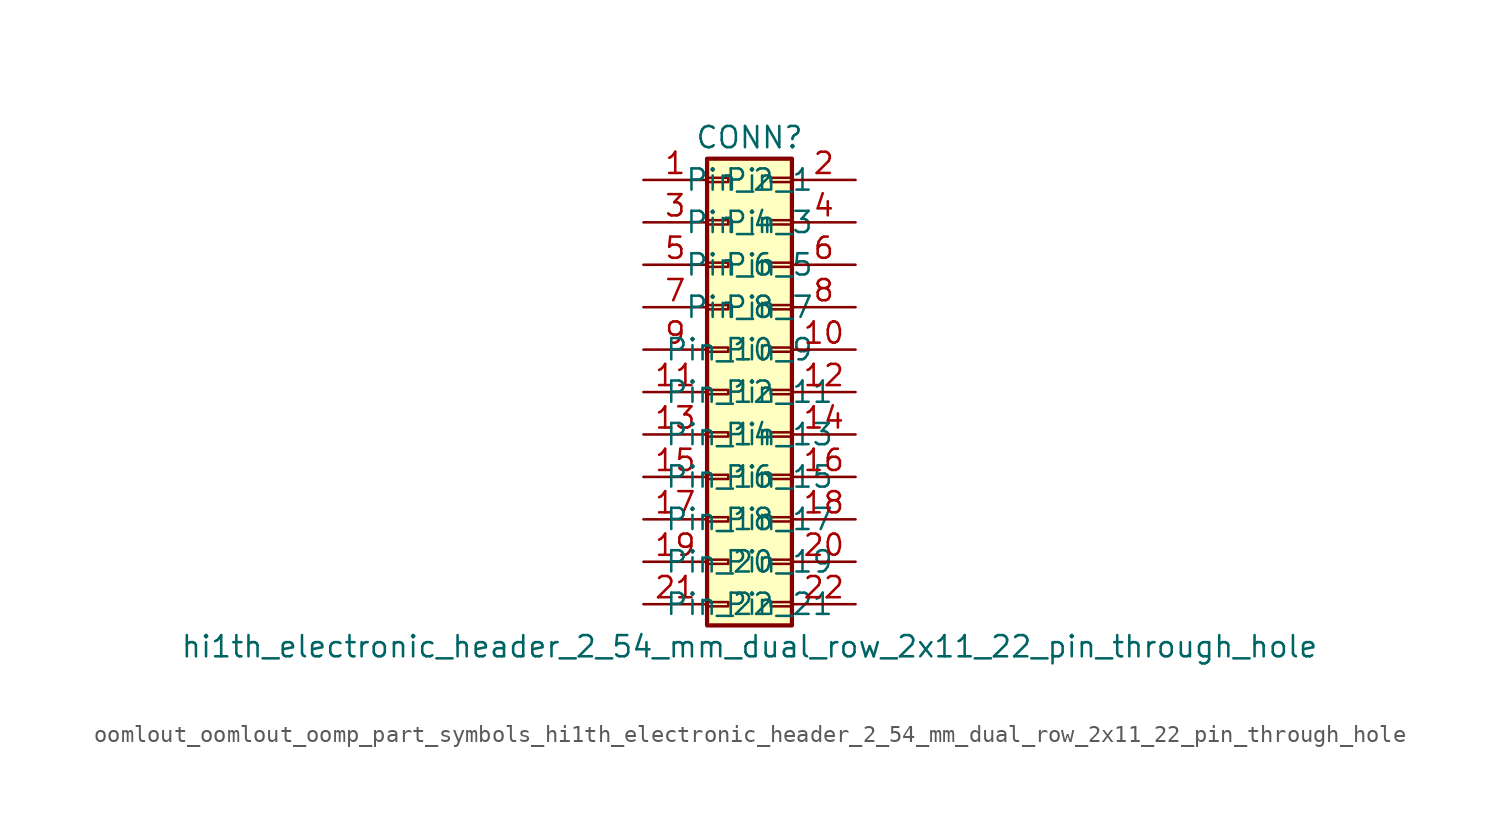
<source format=kicad_sym>
(kicad_symbol_lib
  (version 20220914)
  (generator kicad_symbol_editor)
  (symbol "oomlout_oomlout_oomp_part_symbols_hi1th_electronic_header_2_54_mm_dual_row_2x11_22_pin_through_hole"
    (pin_names
      (offset 1.016))
    (property "Reference" "CONN"
      (at 1.27 15.24 0)
      (effects (font (size 1.27 1.27))))
    (property "Value" "hi1th_electronic_header_2_54_mm_dual_row_2x11_22_pin_through_hole"
      (at 1.27 -15.24 0)
      (effects (font (size 1.27 1.27))))
    (symbol "oomlout_oomlout_oomp_part_symbols_hi1th_electronic_header_2_54_mm_dual_row_2x11_22_pin_through_hole_1_1"
      (rectangle (start -1.27 -12.573) (end 0 -12.827) (stroke (width 0.152) (type default)) (fill (type none)))
      (rectangle (start -1.27 -10.033) (end 0 -10.287) (stroke (width 0.152) (type default)) (fill (type none)))
      (rectangle (start -1.27 -7.493) (end 0 -7.747) (stroke (width 0.152) (type default)) (fill (type none)))
      (rectangle (start -1.27 -4.953) (end 0 -5.207) (stroke (width 0.152) (type default)) (fill (type none)))
      (rectangle (start -1.27 -2.413) (end 0 -2.667) (stroke (width 0.152) (type default)) (fill (type none)))
      (rectangle (start -1.27 0.127) (end 0 -0.127) (stroke (width 0.152) (type default)) (fill (type none)))
      (rectangle (start -1.27 2.667) (end 0 2.413) (stroke (width 0.152) (type default)) (fill (type none)))
      (rectangle (start -1.27 5.207) (end 0 4.953) (stroke (width 0.152) (type default)) (fill (type none)))
      (rectangle (start -1.27 7.747) (end 0 7.493) (stroke (width 0.152) (type default)) (fill (type none)))
      (rectangle (start -1.27 10.287) (end 0 10.033) (stroke (width 0.152) (type default)) (fill (type none)))
      (rectangle (start -1.27 12.827) (end 0 12.573) (stroke (width 0.152) (type default)) (fill (type none)))
      (rectangle (start -1.27 13.97) (end 3.81 -13.97) (stroke (width 0.254) (type default)) (fill (type background)))
      (rectangle (start 3.81 -12.573) (end 2.54 -12.827) (stroke (width 0.152) (type default)) (fill (type none)))
      (rectangle (start 3.81 -10.033) (end 2.54 -10.287) (stroke (width 0.152) (type default)) (fill (type none)))
      (rectangle (start 3.81 -7.493) (end 2.54 -7.747) (stroke (width 0.152) (type default)) (fill (type none)))
      (rectangle (start 3.81 -4.953) (end 2.54 -5.207) (stroke (width 0.152) (type default)) (fill (type none)))
      (rectangle (start 3.81 -2.413) (end 2.54 -2.667) (stroke (width 0.152) (type default)) (fill (type none)))
      (rectangle (start 3.81 0.127) (end 2.54 -0.127) (stroke (width 0.152) (type default)) (fill (type none)))
      (rectangle (start 3.81 2.667) (end 2.54 2.413) (stroke (width 0.152) (type default)) (fill (type none)))
      (rectangle (start 3.81 5.207) (end 2.54 4.953) (stroke (width 0.152) (type default)) (fill (type none)))
      (rectangle (start 3.81 7.747) (end 2.54 7.493) (stroke (width 0.152) (type default)) (fill (type none)))
      (rectangle (start 3.81 10.287) (end 2.54 10.033) (stroke (width 0.152) (type default)) (fill (type none)))
      (rectangle (start 3.81 12.827) (end 2.54 12.573) (stroke (width 0.152) (type default)) (fill (type none)))
      (pin passive line (at -5.08 12.7 0) (length 3.81) (name "Pin_1" (effects (font (size 1.27 1.27)))) (number "1" (effects (font (size 1.27 1.27)))))
      (pin passive line (at 7.62 2.54 180) (length 3.81) (name "Pin_10" (effects (font (size 1.27 1.27)))) (number "10" (effects (font (size 1.27 1.27)))))
      (pin passive line (at -5.08 0 0) (length 3.81) (name "Pin_11" (effects (font (size 1.27 1.27)))) (number "11" (effects (font (size 1.27 1.27)))))
      (pin passive line (at 7.62 0 180) (length 3.81) (name "Pin_12" (effects (font (size 1.27 1.27)))) (number "12" (effects (font (size 1.27 1.27)))))
      (pin passive line (at -5.08 -2.54 0) (length 3.81) (name "Pin_13" (effects (font (size 1.27 1.27)))) (number "13" (effects (font (size 1.27 1.27)))))
      (pin passive line (at 7.62 -2.54 180) (length 3.81) (name "Pin_14" (effects (font (size 1.27 1.27)))) (number "14" (effects (font (size 1.27 1.27)))))
      (pin passive line (at -5.08 -5.08 0) (length 3.81) (name "Pin_15" (effects (font (size 1.27 1.27)))) (number "15" (effects (font (size 1.27 1.27)))))
      (pin passive line (at 7.62 -5.08 180) (length 3.81) (name "Pin_16" (effects (font (size 1.27 1.27)))) (number "16" (effects (font (size 1.27 1.27)))))
      (pin passive line (at -5.08 -7.62 0) (length 3.81) (name "Pin_17" (effects (font (size 1.27 1.27)))) (number "17" (effects (font (size 1.27 1.27)))))
      (pin passive line (at 7.62 -7.62 180) (length 3.81) (name "Pin_18" (effects (font (size 1.27 1.27)))) (number "18" (effects (font (size 1.27 1.27)))))
      (pin passive line (at -5.08 -10.16 0) (length 3.81) (name "Pin_19" (effects (font (size 1.27 1.27)))) (number "19" (effects (font (size 1.27 1.27)))))
      (pin passive line (at 7.62 12.7 180) (length 3.81) (name "Pin_2" (effects (font (size 1.27 1.27)))) (number "2" (effects (font (size 1.27 1.27)))))
      (pin passive line (at 7.62 -10.16 180) (length 3.81) (name "Pin_20" (effects (font (size 1.27 1.27)))) (number "20" (effects (font (size 1.27 1.27)))))
      (pin passive line (at -5.08 -12.7 0) (length 3.81) (name "Pin_21" (effects (font (size 1.27 1.27)))) (number "21" (effects (font (size 1.27 1.27)))))
      (pin passive line (at 7.62 -12.7 180) (length 3.81) (name "Pin_22" (effects (font (size 1.27 1.27)))) (number "22" (effects (font (size 1.27 1.27)))))
      (pin passive line (at -5.08 10.16 0) (length 3.81) (name "Pin_3" (effects (font (size 1.27 1.27)))) (number "3" (effects (font (size 1.27 1.27)))))
      (pin passive line (at 7.62 10.16 180) (length 3.81) (name "Pin_4" (effects (font (size 1.27 1.27)))) (number "4" (effects (font (size 1.27 1.27)))))
      (pin passive line (at -5.08 7.62 0) (length 3.81) (name "Pin_5" (effects (font (size 1.27 1.27)))) (number "5" (effects (font (size 1.27 1.27)))))
      (pin passive line (at 7.62 7.62 180) (length 3.81) (name "Pin_6" (effects (font (size 1.27 1.27)))) (number "6" (effects (font (size 1.27 1.27)))))
      (pin passive line (at -5.08 5.08 0) (length 3.81) (name "Pin_7" (effects (font (size 1.27 1.27)))) (number "7" (effects (font (size 1.27 1.27)))))
      (pin passive line (at 7.62 5.08 180) (length 3.81) (name "Pin_8" (effects (font (size 1.27 1.27)))) (number "8" (effects (font (size 1.27 1.27)))))
      (pin passive line (at -5.08 2.54 0) (length 3.81) (name "Pin_9" (effects (font (size 1.27 1.27)))) (number "9" (effects (font (size 1.27 1.27))))))))
</source>
